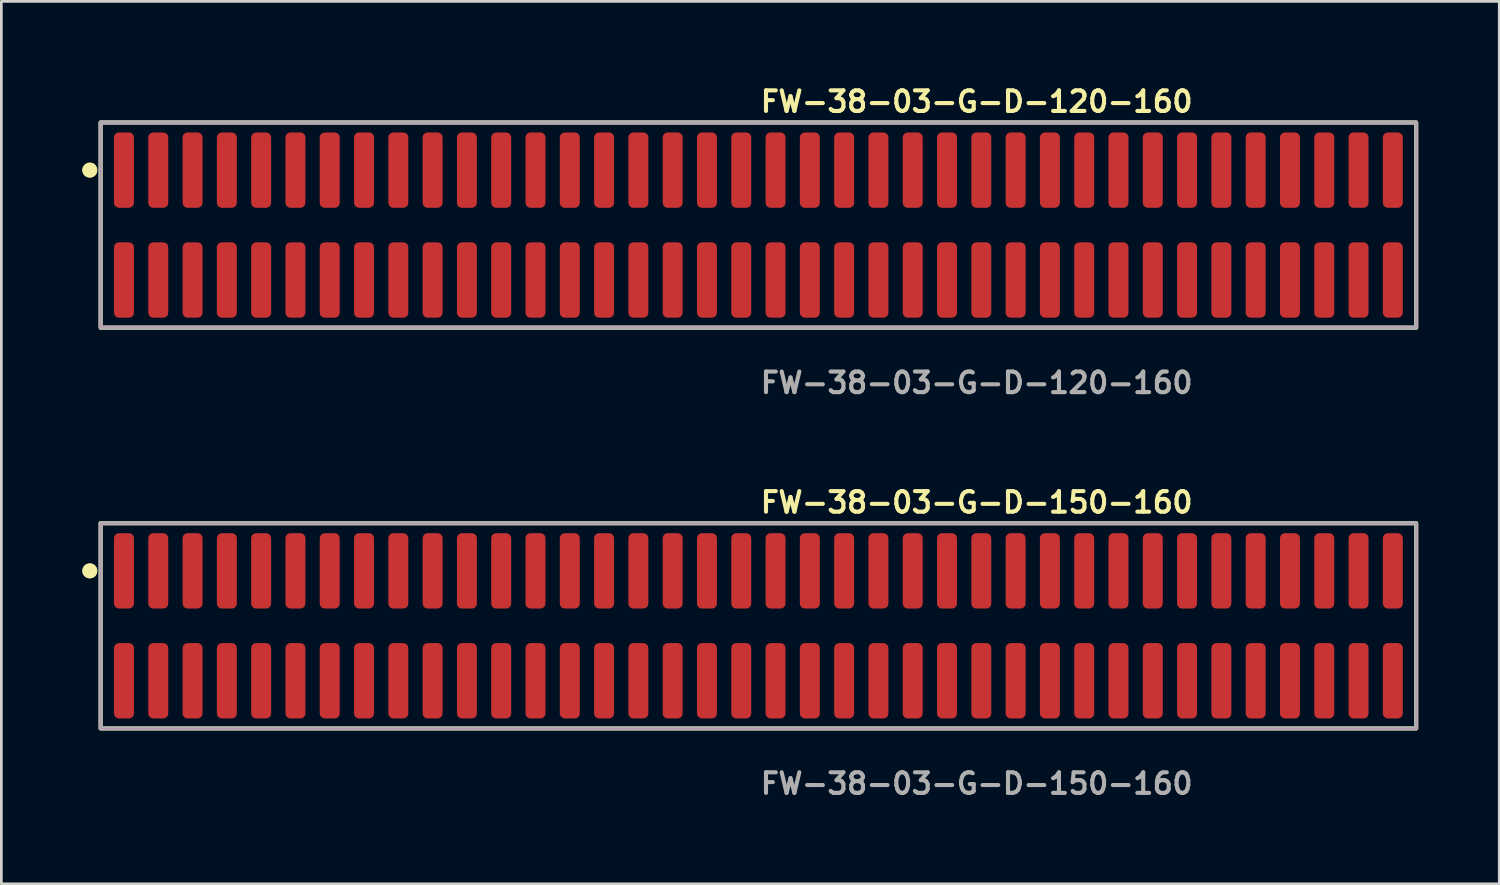
<source format=kicad_pcb>
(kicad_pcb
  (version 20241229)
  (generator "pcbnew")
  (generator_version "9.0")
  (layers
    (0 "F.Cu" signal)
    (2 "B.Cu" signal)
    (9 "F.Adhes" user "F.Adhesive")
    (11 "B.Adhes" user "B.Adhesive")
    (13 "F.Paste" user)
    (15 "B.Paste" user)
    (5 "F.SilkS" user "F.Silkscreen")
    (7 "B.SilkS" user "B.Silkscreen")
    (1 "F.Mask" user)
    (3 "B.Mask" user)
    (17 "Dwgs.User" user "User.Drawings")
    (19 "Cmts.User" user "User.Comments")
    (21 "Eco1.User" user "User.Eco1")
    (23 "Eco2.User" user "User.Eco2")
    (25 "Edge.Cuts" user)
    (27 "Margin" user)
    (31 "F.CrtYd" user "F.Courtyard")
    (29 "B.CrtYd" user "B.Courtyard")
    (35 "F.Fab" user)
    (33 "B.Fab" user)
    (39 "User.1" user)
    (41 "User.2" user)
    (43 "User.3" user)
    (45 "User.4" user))
  (footprint "FW-38-03-G-D-120-160"
    (layer "F.Cu")
    (at 25.036 5.285)
    (property "Reference" "FW-38-03-G-D-120-160" (at 0 -4.572 0) (unlocked yes) (layer "F.SilkS") (effects (font (size 0.762 0.762) (thickness 0.152)) (justify left)))
    (fp_rect (start -24.36 3.8) (end 24.36 -3.8) (stroke (width 0.152) (type solid)) (fill no) (layer "F.SilkS"))
    (fp_circle (center -24.76 -2.035) (end -24.96 -2.035) (stroke (width 0.152) (type solid)) (fill yes) (layer "F.SilkS"))
    (fp_circle (center -24.76 -2.035) (end -24.96 -2.035) (stroke (width 0.152) (type solid)) (fill yes) (layer "F.SilkS"))
    (fp_rect (start -24.36 3.8) (end 24.36 -3.8) (stroke (width 0.006) (type solid)) (fill no) (layer "F.CrtYd"))
    (fp_rect (start -24.36 3.8) (end 24.36 -3.8) (stroke (width 0.152) (type solid)) (fill no) (layer "F.Fab"))
    (fp_text user "${REFERENCE}" (at 0 5.842 0) (unlocked yes) (layer "F.Fab") (effects (font (size 0.762 0.762) (thickness 0.152)) (justify left)))
    (pad "1" smd roundrect (at -23.495 -2.035) (size 0.74 2.79) (layers "F.Cu" "F.Paste") (roundrect_rratio 0.25))
    (pad "2" smd roundrect (at -23.495 2.035) (size 0.74 2.79) (layers "F.Cu" "F.Paste") (roundrect_rratio 0.25))
    (pad "3" smd roundrect (at -22.225 -2.035) (size 0.74 2.79) (layers "F.Cu" "F.Paste") (roundrect_rratio 0.25))
    (pad "4" smd roundrect (at -22.225 2.035) (size 0.74 2.79) (layers "F.Cu" "F.Paste") (roundrect_rratio 0.25))
    (pad "5" smd roundrect (at -20.955 -2.035) (size 0.74 2.79) (layers "F.Cu" "F.Paste") (roundrect_rratio 0.25))
    (pad "6" smd roundrect (at -20.955 2.035) (size 0.74 2.79) (layers "F.Cu" "F.Paste") (roundrect_rratio 0.25))
    (pad "7" smd roundrect (at -19.685 -2.035) (size 0.74 2.79) (layers "F.Cu" "F.Paste") (roundrect_rratio 0.25))
    (pad "8" smd roundrect (at -19.685 2.035) (size 0.74 2.79) (layers "F.Cu" "F.Paste") (roundrect_rratio 0.25))
    (pad "9" smd roundrect (at -18.415 -2.035) (size 0.74 2.79) (layers "F.Cu" "F.Paste") (roundrect_rratio 0.25))
    (pad "10" smd roundrect (at -18.415 2.035) (size 0.74 2.79) (layers "F.Cu" "F.Paste") (roundrect_rratio 0.25))
    (pad "11" smd roundrect (at -17.145 -2.035) (size 0.74 2.79) (layers "F.Cu" "F.Paste") (roundrect_rratio 0.25))
    (pad "12" smd roundrect (at -17.145 2.035) (size 0.74 2.79) (layers "F.Cu" "F.Paste") (roundrect_rratio 0.25))
    (pad "13" smd roundrect (at -15.875 -2.035) (size 0.74 2.79) (layers "F.Cu" "F.Paste") (roundrect_rratio 0.25))
    (pad "14" smd roundrect (at -15.875 2.035) (size 0.74 2.79) (layers "F.Cu" "F.Paste") (roundrect_rratio 0.25))
    (pad "15" smd roundrect (at -14.605 -2.035) (size 0.74 2.79) (layers "F.Cu" "F.Paste") (roundrect_rratio 0.25))
    (pad "16" smd roundrect (at -14.605 2.035) (size 0.74 2.79) (layers "F.Cu" "F.Paste") (roundrect_rratio 0.25))
    (pad "17" smd roundrect (at -13.335 -2.035) (size 0.74 2.79) (layers "F.Cu" "F.Paste") (roundrect_rratio 0.25))
    (pad "18" smd roundrect (at -13.335 2.035) (size 0.74 2.79) (layers "F.Cu" "F.Paste") (roundrect_rratio 0.25))
    (pad "19" smd roundrect (at -12.065 -2.035) (size 0.74 2.79) (layers "F.Cu" "F.Paste") (roundrect_rratio 0.25))
    (pad "20" smd roundrect (at -12.065 2.035) (size 0.74 2.79) (layers "F.Cu" "F.Paste") (roundrect_rratio 0.25))
    (pad "21" smd roundrect (at -10.795 -2.035) (size 0.74 2.79) (layers "F.Cu" "F.Paste") (roundrect_rratio 0.25))
    (pad "22" smd roundrect (at -10.795 2.035) (size 0.74 2.79) (layers "F.Cu" "F.Paste") (roundrect_rratio 0.25))
    (pad "23" smd roundrect (at -9.525 -2.035) (size 0.74 2.79) (layers "F.Cu" "F.Paste") (roundrect_rratio 0.25))
    (pad "24" smd roundrect (at -9.525 2.035) (size 0.74 2.79) (layers "F.Cu" "F.Paste") (roundrect_rratio 0.25))
    (pad "25" smd roundrect (at -8.255 -2.035) (size 0.74 2.79) (layers "F.Cu" "F.Paste") (roundrect_rratio 0.25))
    (pad "26" smd roundrect (at -8.255 2.035) (size 0.74 2.79) (layers "F.Cu" "F.Paste") (roundrect_rratio 0.25))
    (pad "27" smd roundrect (at -6.985 -2.035) (size 0.74 2.79) (layers "F.Cu" "F.Paste") (roundrect_rratio 0.25))
    (pad "28" smd roundrect (at -6.985 2.035) (size 0.74 2.79) (layers "F.Cu" "F.Paste") (roundrect_rratio 0.25))
    (pad "29" smd roundrect (at -5.715 -2.035) (size 0.74 2.79) (layers "F.Cu" "F.Paste") (roundrect_rratio 0.25))
    (pad "30" smd roundrect (at -5.715 2.035) (size 0.74 2.79) (layers "F.Cu" "F.Paste") (roundrect_rratio 0.25))
    (pad "31" smd roundrect (at -4.445 -2.035) (size 0.74 2.79) (layers "F.Cu" "F.Paste") (roundrect_rratio 0.25))
    (pad "32" smd roundrect (at -4.445 2.035) (size 0.74 2.79) (layers "F.Cu" "F.Paste") (roundrect_rratio 0.25))
    (pad "33" smd roundrect (at -3.175 -2.035) (size 0.74 2.79) (layers "F.Cu" "F.Paste") (roundrect_rratio 0.25))
    (pad "34" smd roundrect (at -3.175 2.035) (size 0.74 2.79) (layers "F.Cu" "F.Paste") (roundrect_rratio 0.25))
    (pad "35" smd roundrect (at -1.905 -2.035) (size 0.74 2.79) (layers "F.Cu" "F.Paste") (roundrect_rratio 0.25))
    (pad "36" smd roundrect (at -1.905 2.035) (size 0.74 2.79) (layers "F.Cu" "F.Paste") (roundrect_rratio 0.25))
    (pad "37" smd roundrect (at -0.635 -2.035) (size 0.74 2.79) (layers "F.Cu" "F.Paste") (roundrect_rratio 0.25))
    (pad "38" smd roundrect (at -0.635 2.035) (size 0.74 2.79) (layers "F.Cu" "F.Paste") (roundrect_rratio 0.25))
    (pad "39" smd roundrect (at 0.635 -2.035) (size 0.74 2.79) (layers "F.Cu" "F.Paste") (roundrect_rratio 0.25))
    (pad "40" smd roundrect (at 0.635 2.035) (size 0.74 2.79) (layers "F.Cu" "F.Paste") (roundrect_rratio 0.25))
    (pad "41" smd roundrect (at 1.905 -2.035) (size 0.74 2.79) (layers "F.Cu" "F.Paste") (roundrect_rratio 0.25))
    (pad "42" smd roundrect (at 1.905 2.035) (size 0.74 2.79) (layers "F.Cu" "F.Paste") (roundrect_rratio 0.25))
    (pad "43" smd roundrect (at 3.175 -2.035) (size 0.74 2.79) (layers "F.Cu" "F.Paste") (roundrect_rratio 0.25))
    (pad "44" smd roundrect (at 3.175 2.035) (size 0.74 2.79) (layers "F.Cu" "F.Paste") (roundrect_rratio 0.25))
    (pad "45" smd roundrect (at 4.445 -2.035) (size 0.74 2.79) (layers "F.Cu" "F.Paste") (roundrect_rratio 0.25))
    (pad "46" smd roundrect (at 4.445 2.035) (size 0.74 2.79) (layers "F.Cu" "F.Paste") (roundrect_rratio 0.25))
    (pad "47" smd roundrect (at 5.715 -2.035) (size 0.74 2.79) (layers "F.Cu" "F.Paste") (roundrect_rratio 0.25))
    (pad "48" smd roundrect (at 5.715 2.035) (size 0.74 2.79) (layers "F.Cu" "F.Paste") (roundrect_rratio 0.25))
    (pad "49" smd roundrect (at 6.985 -2.035) (size 0.74 2.79) (layers "F.Cu" "F.Paste") (roundrect_rratio 0.25))
    (pad "50" smd roundrect (at 6.985 2.035) (size 0.74 2.79) (layers "F.Cu" "F.Paste") (roundrect_rratio 0.25))
    (pad "51" smd roundrect (at 8.255 -2.035) (size 0.74 2.79) (layers "F.Cu" "F.Paste") (roundrect_rratio 0.25))
    (pad "52" smd roundrect (at 8.255 2.035) (size 0.74 2.79) (layers "F.Cu" "F.Paste") (roundrect_rratio 0.25))
    (pad "53" smd roundrect (at 9.525 -2.035) (size 0.74 2.79) (layers "F.Cu" "F.Paste") (roundrect_rratio 0.25))
    (pad "54" smd roundrect (at 9.525 2.035) (size 0.74 2.79) (layers "F.Cu" "F.Paste") (roundrect_rratio 0.25))
    (pad "55" smd roundrect (at 10.795 -2.035) (size 0.74 2.79) (layers "F.Cu" "F.Paste") (roundrect_rratio 0.25))
    (pad "56" smd roundrect (at 10.795 2.035) (size 0.74 2.79) (layers "F.Cu" "F.Paste") (roundrect_rratio 0.25))
    (pad "57" smd roundrect (at 12.065 -2.035) (size 0.74 2.79) (layers "F.Cu" "F.Paste") (roundrect_rratio 0.25))
    (pad "58" smd roundrect (at 12.065 2.035) (size 0.74 2.79) (layers "F.Cu" "F.Paste") (roundrect_rratio 0.25))
    (pad "59" smd roundrect (at 13.335 -2.035) (size 0.74 2.79) (layers "F.Cu" "F.Paste") (roundrect_rratio 0.25))
    (pad "60" smd roundrect (at 13.335 2.035) (size 0.74 2.79) (layers "F.Cu" "F.Paste") (roundrect_rratio 0.25))
    (pad "61" smd roundrect (at 14.605 -2.035) (size 0.74 2.79) (layers "F.Cu" "F.Paste") (roundrect_rratio 0.25))
    (pad "62" smd roundrect (at 14.605 2.035) (size 0.74 2.79) (layers "F.Cu" "F.Paste") (roundrect_rratio 0.25))
    (pad "63" smd roundrect (at 15.875 -2.035) (size 0.74 2.79) (layers "F.Cu" "F.Paste") (roundrect_rratio 0.25))
    (pad "64" smd roundrect (at 15.875 2.035) (size 0.74 2.79) (layers "F.Cu" "F.Paste") (roundrect_rratio 0.25))
    (pad "65" smd roundrect (at 17.145 -2.035) (size 0.74 2.79) (layers "F.Cu" "F.Paste") (roundrect_rratio 0.25))
    (pad "66" smd roundrect (at 17.145 2.035) (size 0.74 2.79) (layers "F.Cu" "F.Paste") (roundrect_rratio 0.25))
    (pad "67" smd roundrect (at 18.415 -2.035) (size 0.74 2.79) (layers "F.Cu" "F.Paste") (roundrect_rratio 0.25))
    (pad "68" smd roundrect (at 18.415 2.035) (size 0.74 2.79) (layers "F.Cu" "F.Paste") (roundrect_rratio 0.25))
    (pad "69" smd roundrect (at 19.685 -2.035) (size 0.74 2.79) (layers "F.Cu" "F.Paste") (roundrect_rratio 0.25))
    (pad "70" smd roundrect (at 19.685 2.035) (size 0.74 2.79) (layers "F.Cu" "F.Paste") (roundrect_rratio 0.25))
    (pad "71" smd roundrect (at 20.955 -2.035) (size 0.74 2.79) (layers "F.Cu" "F.Paste") (roundrect_rratio 0.25))
    (pad "72" smd roundrect (at 20.955 2.035) (size 0.74 2.79) (layers "F.Cu" "F.Paste") (roundrect_rratio 0.25))
    (pad "73" smd roundrect (at 22.225 -2.035) (size 0.74 2.79) (layers "F.Cu" "F.Paste") (roundrect_rratio 0.25))
    (pad "74" smd roundrect (at 22.225 2.035) (size 0.74 2.79) (layers "F.Cu" "F.Paste") (roundrect_rratio 0.25))
    (pad "75" smd roundrect (at 23.495 -2.035) (size 0.74 2.79) (layers "F.Cu" "F.Paste") (roundrect_rratio 0.25))
    (pad "76" smd roundrect (at 23.495 2.035) (size 0.74 2.79) (layers "F.Cu" "F.Paste") (roundrect_rratio 0.25)))
  (footprint "FW-38-03-G-D-150-160"
    (layer "F.Cu")
    (at 25.036 20.126)
    (property "Reference" "FW-38-03-G-D-150-160" (at 0 -4.572 0) (unlocked yes) (layer "F.SilkS") (effects (font (size 0.762 0.762) (thickness 0.152)) (justify left)))
    (fp_rect (start -24.36 3.8) (end 24.36 -3.8) (stroke (width 0.152) (type solid)) (fill no) (layer "F.SilkS"))
    (fp_circle (center -24.76 -2.035) (end -24.96 -2.035) (stroke (width 0.152) (type solid)) (fill yes) (layer "F.SilkS"))
    (fp_circle (center -24.76 -2.035) (end -24.96 -2.035) (stroke (width 0.152) (type solid)) (fill yes) (layer "F.SilkS"))
    (fp_rect (start -24.36 3.8) (end 24.36 -3.8) (stroke (width 0.006) (type solid)) (fill no) (layer "F.CrtYd"))
    (fp_rect (start -24.36 3.8) (end 24.36 -3.8) (stroke (width 0.152) (type solid)) (fill no) (layer "F.Fab"))
    (fp_text user "${REFERENCE}" (at 0 5.842 0) (unlocked yes) (layer "F.Fab") (effects (font (size 0.762 0.762) (thickness 0.152)) (justify left)))
    (pad "1" smd roundrect (at -23.495 -2.035) (size 0.74 2.79) (layers "F.Cu" "F.Paste") (roundrect_rratio 0.25))
    (pad "2" smd roundrect (at -23.495 2.035) (size 0.74 2.79) (layers "F.Cu" "F.Paste") (roundrect_rratio 0.25))
    (pad "3" smd roundrect (at -22.225 -2.035) (size 0.74 2.79) (layers "F.Cu" "F.Paste") (roundrect_rratio 0.25))
    (pad "4" smd roundrect (at -22.225 2.035) (size 0.74 2.79) (layers "F.Cu" "F.Paste") (roundrect_rratio 0.25))
    (pad "5" smd roundrect (at -20.955 -2.035) (size 0.74 2.79) (layers "F.Cu" "F.Paste") (roundrect_rratio 0.25))
    (pad "6" smd roundrect (at -20.955 2.035) (size 0.74 2.79) (layers "F.Cu" "F.Paste") (roundrect_rratio 0.25))
    (pad "7" smd roundrect (at -19.685 -2.035) (size 0.74 2.79) (layers "F.Cu" "F.Paste") (roundrect_rratio 0.25))
    (pad "8" smd roundrect (at -19.685 2.035) (size 0.74 2.79) (layers "F.Cu" "F.Paste") (roundrect_rratio 0.25))
    (pad "9" smd roundrect (at -18.415 -2.035) (size 0.74 2.79) (layers "F.Cu" "F.Paste") (roundrect_rratio 0.25))
    (pad "10" smd roundrect (at -18.415 2.035) (size 0.74 2.79) (layers "F.Cu" "F.Paste") (roundrect_rratio 0.25))
    (pad "11" smd roundrect (at -17.145 -2.035) (size 0.74 2.79) (layers "F.Cu" "F.Paste") (roundrect_rratio 0.25))
    (pad "12" smd roundrect (at -17.145 2.035) (size 0.74 2.79) (layers "F.Cu" "F.Paste") (roundrect_rratio 0.25))
    (pad "13" smd roundrect (at -15.875 -2.035) (size 0.74 2.79) (layers "F.Cu" "F.Paste") (roundrect_rratio 0.25))
    (pad "14" smd roundrect (at -15.875 2.035) (size 0.74 2.79) (layers "F.Cu" "F.Paste") (roundrect_rratio 0.25))
    (pad "15" smd roundrect (at -14.605 -2.035) (size 0.74 2.79) (layers "F.Cu" "F.Paste") (roundrect_rratio 0.25))
    (pad "16" smd roundrect (at -14.605 2.035) (size 0.74 2.79) (layers "F.Cu" "F.Paste") (roundrect_rratio 0.25))
    (pad "17" smd roundrect (at -13.335 -2.035) (size 0.74 2.79) (layers "F.Cu" "F.Paste") (roundrect_rratio 0.25))
    (pad "18" smd roundrect (at -13.335 2.035) (size 0.74 2.79) (layers "F.Cu" "F.Paste") (roundrect_rratio 0.25))
    (pad "19" smd roundrect (at -12.065 -2.035) (size 0.74 2.79) (layers "F.Cu" "F.Paste") (roundrect_rratio 0.25))
    (pad "20" smd roundrect (at -12.065 2.035) (size 0.74 2.79) (layers "F.Cu" "F.Paste") (roundrect_rratio 0.25))
    (pad "21" smd roundrect (at -10.795 -2.035) (size 0.74 2.79) (layers "F.Cu" "F.Paste") (roundrect_rratio 0.25))
    (pad "22" smd roundrect (at -10.795 2.035) (size 0.74 2.79) (layers "F.Cu" "F.Paste") (roundrect_rratio 0.25))
    (pad "23" smd roundrect (at -9.525 -2.035) (size 0.74 2.79) (layers "F.Cu" "F.Paste") (roundrect_rratio 0.25))
    (pad "24" smd roundrect (at -9.525 2.035) (size 0.74 2.79) (layers "F.Cu" "F.Paste") (roundrect_rratio 0.25))
    (pad "25" smd roundrect (at -8.255 -2.035) (size 0.74 2.79) (layers "F.Cu" "F.Paste") (roundrect_rratio 0.25))
    (pad "26" smd roundrect (at -8.255 2.035) (size 0.74 2.79) (layers "F.Cu" "F.Paste") (roundrect_rratio 0.25))
    (pad "27" smd roundrect (at -6.985 -2.035) (size 0.74 2.79) (layers "F.Cu" "F.Paste") (roundrect_rratio 0.25))
    (pad "28" smd roundrect (at -6.985 2.035) (size 0.74 2.79) (layers "F.Cu" "F.Paste") (roundrect_rratio 0.25))
    (pad "29" smd roundrect (at -5.715 -2.035) (size 0.74 2.79) (layers "F.Cu" "F.Paste") (roundrect_rratio 0.25))
    (pad "30" smd roundrect (at -5.715 2.035) (size 0.74 2.79) (layers "F.Cu" "F.Paste") (roundrect_rratio 0.25))
    (pad "31" smd roundrect (at -4.445 -2.035) (size 0.74 2.79) (layers "F.Cu" "F.Paste") (roundrect_rratio 0.25))
    (pad "32" smd roundrect (at -4.445 2.035) (size 0.74 2.79) (layers "F.Cu" "F.Paste") (roundrect_rratio 0.25))
    (pad "33" smd roundrect (at -3.175 -2.035) (size 0.74 2.79) (layers "F.Cu" "F.Paste") (roundrect_rratio 0.25))
    (pad "34" smd roundrect (at -3.175 2.035) (size 0.74 2.79) (layers "F.Cu" "F.Paste") (roundrect_rratio 0.25))
    (pad "35" smd roundrect (at -1.905 -2.035) (size 0.74 2.79) (layers "F.Cu" "F.Paste") (roundrect_rratio 0.25))
    (pad "36" smd roundrect (at -1.905 2.035) (size 0.74 2.79) (layers "F.Cu" "F.Paste") (roundrect_rratio 0.25))
    (pad "37" smd roundrect (at -0.635 -2.035) (size 0.74 2.79) (layers "F.Cu" "F.Paste") (roundrect_rratio 0.25))
    (pad "38" smd roundrect (at -0.635 2.035) (size 0.74 2.79) (layers "F.Cu" "F.Paste") (roundrect_rratio 0.25))
    (pad "39" smd roundrect (at 0.635 -2.035) (size 0.74 2.79) (layers "F.Cu" "F.Paste") (roundrect_rratio 0.25))
    (pad "40" smd roundrect (at 0.635 2.035) (size 0.74 2.79) (layers "F.Cu" "F.Paste") (roundrect_rratio 0.25))
    (pad "41" smd roundrect (at 1.905 -2.035) (size 0.74 2.79) (layers "F.Cu" "F.Paste") (roundrect_rratio 0.25))
    (pad "42" smd roundrect (at 1.905 2.035) (size 0.74 2.79) (layers "F.Cu" "F.Paste") (roundrect_rratio 0.25))
    (pad "43" smd roundrect (at 3.175 -2.035) (size 0.74 2.79) (layers "F.Cu" "F.Paste") (roundrect_rratio 0.25))
    (pad "44" smd roundrect (at 3.175 2.035) (size 0.74 2.79) (layers "F.Cu" "F.Paste") (roundrect_rratio 0.25))
    (pad "45" smd roundrect (at 4.445 -2.035) (size 0.74 2.79) (layers "F.Cu" "F.Paste") (roundrect_rratio 0.25))
    (pad "46" smd roundrect (at 4.445 2.035) (size 0.74 2.79) (layers "F.Cu" "F.Paste") (roundrect_rratio 0.25))
    (pad "47" smd roundrect (at 5.715 -2.035) (size 0.74 2.79) (layers "F.Cu" "F.Paste") (roundrect_rratio 0.25))
    (pad "48" smd roundrect (at 5.715 2.035) (size 0.74 2.79) (layers "F.Cu" "F.Paste") (roundrect_rratio 0.25))
    (pad "49" smd roundrect (at 6.985 -2.035) (size 0.74 2.79) (layers "F.Cu" "F.Paste") (roundrect_rratio 0.25))
    (pad "50" smd roundrect (at 6.985 2.035) (size 0.74 2.79) (layers "F.Cu" "F.Paste") (roundrect_rratio 0.25))
    (pad "51" smd roundrect (at 8.255 -2.035) (size 0.74 2.79) (layers "F.Cu" "F.Paste") (roundrect_rratio 0.25))
    (pad "52" smd roundrect (at 8.255 2.035) (size 0.74 2.79) (layers "F.Cu" "F.Paste") (roundrect_rratio 0.25))
    (pad "53" smd roundrect (at 9.525 -2.035) (size 0.74 2.79) (layers "F.Cu" "F.Paste") (roundrect_rratio 0.25))
    (pad "54" smd roundrect (at 9.525 2.035) (size 0.74 2.79) (layers "F.Cu" "F.Paste") (roundrect_rratio 0.25))
    (pad "55" smd roundrect (at 10.795 -2.035) (size 0.74 2.79) (layers "F.Cu" "F.Paste") (roundrect_rratio 0.25))
    (pad "56" smd roundrect (at 10.795 2.035) (size 0.74 2.79) (layers "F.Cu" "F.Paste") (roundrect_rratio 0.25))
    (pad "57" smd roundrect (at 12.065 -2.035) (size 0.74 2.79) (layers "F.Cu" "F.Paste") (roundrect_rratio 0.25))
    (pad "58" smd roundrect (at 12.065 2.035) (size 0.74 2.79) (layers "F.Cu" "F.Paste") (roundrect_rratio 0.25))
    (pad "59" smd roundrect (at 13.335 -2.035) (size 0.74 2.79) (layers "F.Cu" "F.Paste") (roundrect_rratio 0.25))
    (pad "60" smd roundrect (at 13.335 2.035) (size 0.74 2.79) (layers "F.Cu" "F.Paste") (roundrect_rratio 0.25))
    (pad "61" smd roundrect (at 14.605 -2.035) (size 0.74 2.79) (layers "F.Cu" "F.Paste") (roundrect_rratio 0.25))
    (pad "62" smd roundrect (at 14.605 2.035) (size 0.74 2.79) (layers "F.Cu" "F.Paste") (roundrect_rratio 0.25))
    (pad "63" smd roundrect (at 15.875 -2.035) (size 0.74 2.79) (layers "F.Cu" "F.Paste") (roundrect_rratio 0.25))
    (pad "64" smd roundrect (at 15.875 2.035) (size 0.74 2.79) (layers "F.Cu" "F.Paste") (roundrect_rratio 0.25))
    (pad "65" smd roundrect (at 17.145 -2.035) (size 0.74 2.79) (layers "F.Cu" "F.Paste") (roundrect_rratio 0.25))
    (pad "66" smd roundrect (at 17.145 2.035) (size 0.74 2.79) (layers "F.Cu" "F.Paste") (roundrect_rratio 0.25))
    (pad "67" smd roundrect (at 18.415 -2.035) (size 0.74 2.79) (layers "F.Cu" "F.Paste") (roundrect_rratio 0.25))
    (pad "68" smd roundrect (at 18.415 2.035) (size 0.74 2.79) (layers "F.Cu" "F.Paste") (roundrect_rratio 0.25))
    (pad "69" smd roundrect (at 19.685 -2.035) (size 0.74 2.79) (layers "F.Cu" "F.Paste") (roundrect_rratio 0.25))
    (pad "70" smd roundrect (at 19.685 2.035) (size 0.74 2.79) (layers "F.Cu" "F.Paste") (roundrect_rratio 0.25))
    (pad "71" smd roundrect (at 20.955 -2.035) (size 0.74 2.79) (layers "F.Cu" "F.Paste") (roundrect_rratio 0.25))
    (pad "72" smd roundrect (at 20.955 2.035) (size 0.74 2.79) (layers "F.Cu" "F.Paste") (roundrect_rratio 0.25))
    (pad "73" smd roundrect (at 22.225 -2.035) (size 0.74 2.79) (layers "F.Cu" "F.Paste") (roundrect_rratio 0.25))
    (pad "74" smd roundrect (at 22.225 2.035) (size 0.74 2.79) (layers "F.Cu" "F.Paste") (roundrect_rratio 0.25))
    (pad "75" smd roundrect (at 23.495 -2.035) (size 0.74 2.79) (layers "F.Cu" "F.Paste") (roundrect_rratio 0.25))
    (pad "76" smd roundrect (at 23.495 2.035) (size 0.74 2.79) (layers "F.Cu" "F.Paste") (roundrect_rratio 0.25)))
  (gr_rect
    (start -3 -3)
    (end 52.472 29.681)
    (stroke (width 0.1) (type default))
    (fill no)
    (layer "Edge.Cuts")))
</source>
